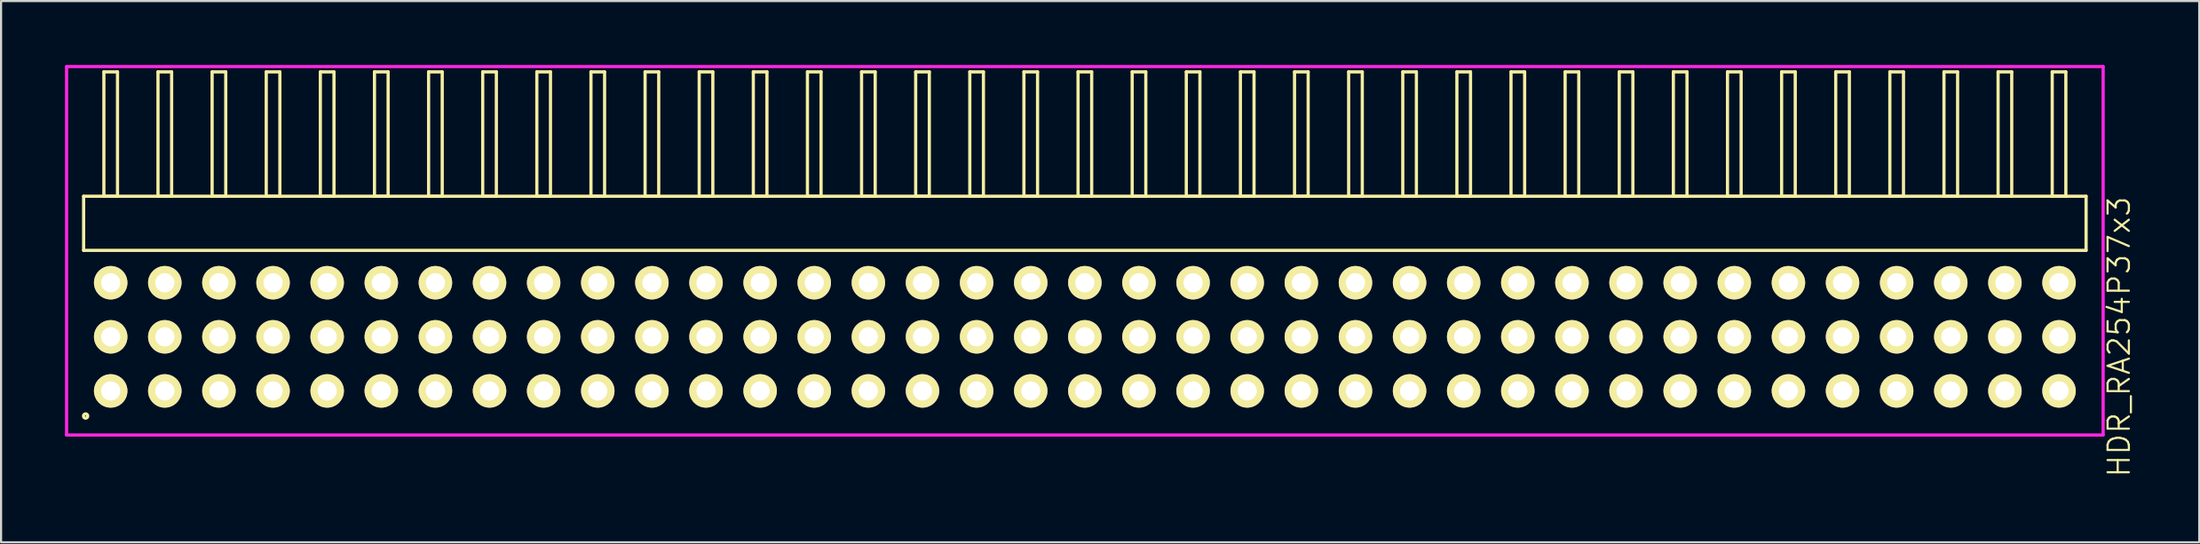
<source format=kicad_pcb>
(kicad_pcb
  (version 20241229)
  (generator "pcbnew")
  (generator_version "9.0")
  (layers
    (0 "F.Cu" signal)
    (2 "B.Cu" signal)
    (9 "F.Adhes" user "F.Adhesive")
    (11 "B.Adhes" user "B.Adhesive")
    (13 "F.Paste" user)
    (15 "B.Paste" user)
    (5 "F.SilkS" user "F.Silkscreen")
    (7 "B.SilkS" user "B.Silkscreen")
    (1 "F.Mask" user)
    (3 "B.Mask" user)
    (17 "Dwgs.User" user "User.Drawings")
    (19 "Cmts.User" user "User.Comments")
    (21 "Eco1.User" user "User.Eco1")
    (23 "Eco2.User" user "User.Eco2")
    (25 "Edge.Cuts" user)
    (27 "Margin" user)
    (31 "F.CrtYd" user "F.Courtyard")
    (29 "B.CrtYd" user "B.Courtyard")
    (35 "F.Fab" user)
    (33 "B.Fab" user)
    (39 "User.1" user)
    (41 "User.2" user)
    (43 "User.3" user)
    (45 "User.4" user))
  (footprint "HDR_RA254P37x3"
    (layer "F.Cu")
    (at 47.865 12.765)
    (property "Reference" "HDR_RA254P37x3" (at 48.54 0 90) (layer "F.SilkS") (effects (font (size 1 1) (thickness 0.1))))
    (attr through_hole)
    (fp_line (start -46.99 -6.6) (end -46.99 -4.06) (stroke (width 0.15) (type solid)) (layer "F.SilkS"))
    (fp_line (start -46.99 -4.06) (end 46.99 -4.06) (stroke (width 0.15) (type solid)) (layer "F.SilkS"))
    (fp_line (start -46.04 -12.44) (end -46.04 -6.6) (stroke (width 0.15) (type solid)) (layer "F.SilkS"))
    (fp_line (start -46.04 -6.6) (end -45.4 -6.6) (stroke (width 0.15) (type solid)) (layer "F.SilkS"))
    (fp_line (start -45.4 -12.44) (end -46.04 -12.44) (stroke (width 0.15) (type solid)) (layer "F.SilkS"))
    (fp_line (start -45.4 -6.6) (end -45.4 -12.44) (stroke (width 0.15) (type solid)) (layer "F.SilkS"))
    (fp_line (start -43.5 -12.44) (end -43.5 -6.6) (stroke (width 0.15) (type solid)) (layer "F.SilkS"))
    (fp_line (start -43.5 -6.6) (end -42.86 -6.6) (stroke (width 0.15) (type solid)) (layer "F.SilkS"))
    (fp_line (start -42.86 -12.44) (end -43.5 -12.44) (stroke (width 0.15) (type solid)) (layer "F.SilkS"))
    (fp_line (start -42.86 -6.6) (end -42.86 -12.44) (stroke (width 0.15) (type solid)) (layer "F.SilkS"))
    (fp_line (start -40.96 -12.44) (end -40.96 -6.6) (stroke (width 0.15) (type solid)) (layer "F.SilkS"))
    (fp_line (start -40.96 -6.6) (end -40.32 -6.6) (stroke (width 0.15) (type solid)) (layer "F.SilkS"))
    (fp_line (start -40.32 -12.44) (end -40.96 -12.44) (stroke (width 0.15) (type solid)) (layer "F.SilkS"))
    (fp_line (start -40.32 -6.6) (end -40.32 -12.44) (stroke (width 0.15) (type solid)) (layer "F.SilkS"))
    (fp_line (start -38.42 -12.44) (end -38.42 -6.6) (stroke (width 0.15) (type solid)) (layer "F.SilkS"))
    (fp_line (start -38.42 -6.6) (end -37.78 -6.6) (stroke (width 0.15) (type solid)) (layer "F.SilkS"))
    (fp_line (start -37.78 -12.44) (end -38.42 -12.44) (stroke (width 0.15) (type solid)) (layer "F.SilkS"))
    (fp_line (start -37.78 -6.6) (end -37.78 -12.44) (stroke (width 0.15) (type solid)) (layer "F.SilkS"))
    (fp_line (start -35.88 -12.44) (end -35.88 -6.6) (stroke (width 0.15) (type solid)) (layer "F.SilkS"))
    (fp_line (start -35.88 -6.6) (end -35.24 -6.6) (stroke (width 0.15) (type solid)) (layer "F.SilkS"))
    (fp_line (start -35.24 -12.44) (end -35.88 -12.44) (stroke (width 0.15) (type solid)) (layer "F.SilkS"))
    (fp_line (start -35.24 -6.6) (end -35.24 -12.44) (stroke (width 0.15) (type solid)) (layer "F.SilkS"))
    (fp_line (start -33.34 -12.44) (end -33.34 -6.6) (stroke (width 0.15) (type solid)) (layer "F.SilkS"))
    (fp_line (start -33.34 -6.6) (end -32.7 -6.6) (stroke (width 0.15) (type solid)) (layer "F.SilkS"))
    (fp_line (start -32.7 -12.44) (end -33.34 -12.44) (stroke (width 0.15) (type solid)) (layer "F.SilkS"))
    (fp_line (start -32.7 -6.6) (end -32.7 -12.44) (stroke (width 0.15) (type solid)) (layer "F.SilkS"))
    (fp_line (start -30.8 -12.44) (end -30.8 -6.6) (stroke (width 0.15) (type solid)) (layer "F.SilkS"))
    (fp_line (start -30.8 -6.6) (end -30.16 -6.6) (stroke (width 0.15) (type solid)) (layer "F.SilkS"))
    (fp_line (start -30.16 -12.44) (end -30.8 -12.44) (stroke (width 0.15) (type solid)) (layer "F.SilkS"))
    (fp_line (start -30.16 -6.6) (end -30.16 -12.44) (stroke (width 0.15) (type solid)) (layer "F.SilkS"))
    (fp_line (start -28.26 -12.44) (end -28.26 -6.6) (stroke (width 0.15) (type solid)) (layer "F.SilkS"))
    (fp_line (start -28.26 -6.6) (end -27.62 -6.6) (stroke (width 0.15) (type solid)) (layer "F.SilkS"))
    (fp_line (start -27.62 -12.44) (end -28.26 -12.44) (stroke (width 0.15) (type solid)) (layer "F.SilkS"))
    (fp_line (start -27.62 -6.6) (end -27.62 -12.44) (stroke (width 0.15) (type solid)) (layer "F.SilkS"))
    (fp_line (start -25.72 -12.44) (end -25.72 -6.6) (stroke (width 0.15) (type solid)) (layer "F.SilkS"))
    (fp_line (start -25.72 -6.6) (end -25.08 -6.6) (stroke (width 0.15) (type solid)) (layer "F.SilkS"))
    (fp_line (start -25.08 -12.44) (end -25.72 -12.44) (stroke (width 0.15) (type solid)) (layer "F.SilkS"))
    (fp_line (start -25.08 -6.6) (end -25.08 -12.44) (stroke (width 0.15) (type solid)) (layer "F.SilkS"))
    (fp_line (start -23.18 -12.44) (end -23.18 -6.6) (stroke (width 0.15) (type solid)) (layer "F.SilkS"))
    (fp_line (start -23.18 -6.6) (end -22.54 -6.6) (stroke (width 0.15) (type solid)) (layer "F.SilkS"))
    (fp_line (start -22.54 -12.44) (end -23.18 -12.44) (stroke (width 0.15) (type solid)) (layer "F.SilkS"))
    (fp_line (start -22.54 -6.6) (end -22.54 -12.44) (stroke (width 0.15) (type solid)) (layer "F.SilkS"))
    (fp_line (start -20.64 -12.44) (end -20.64 -6.6) (stroke (width 0.15) (type solid)) (layer "F.SilkS"))
    (fp_line (start -20.64 -6.6) (end -20 -6.6) (stroke (width 0.15) (type solid)) (layer "F.SilkS"))
    (fp_line (start -20 -12.44) (end -20.64 -12.44) (stroke (width 0.15) (type solid)) (layer "F.SilkS"))
    (fp_line (start -20 -6.6) (end -20 -12.44) (stroke (width 0.15) (type solid)) (layer "F.SilkS"))
    (fp_line (start -18.1 -12.44) (end -18.1 -6.6) (stroke (width 0.15) (type solid)) (layer "F.SilkS"))
    (fp_line (start -18.1 -6.6) (end -17.46 -6.6) (stroke (width 0.15) (type solid)) (layer "F.SilkS"))
    (fp_line (start -17.46 -12.44) (end -18.1 -12.44) (stroke (width 0.15) (type solid)) (layer "F.SilkS"))
    (fp_line (start -17.46 -6.6) (end -17.46 -12.44) (stroke (width 0.15) (type solid)) (layer "F.SilkS"))
    (fp_line (start -15.56 -12.44) (end -15.56 -6.6) (stroke (width 0.15) (type solid)) (layer "F.SilkS"))
    (fp_line (start -15.56 -6.6) (end -14.92 -6.6) (stroke (width 0.15) (type solid)) (layer "F.SilkS"))
    (fp_line (start -14.92 -12.44) (end -15.56 -12.44) (stroke (width 0.15) (type solid)) (layer "F.SilkS"))
    (fp_line (start -14.92 -6.6) (end -14.92 -12.44) (stroke (width 0.15) (type solid)) (layer "F.SilkS"))
    (fp_line (start -13.02 -12.44) (end -13.02 -6.6) (stroke (width 0.15) (type solid)) (layer "F.SilkS"))
    (fp_line (start -13.02 -6.6) (end -12.38 -6.6) (stroke (width 0.15) (type solid)) (layer "F.SilkS"))
    (fp_line (start -12.38 -12.44) (end -13.02 -12.44) (stroke (width 0.15) (type solid)) (layer "F.SilkS"))
    (fp_line (start -12.38 -6.6) (end -12.38 -12.44) (stroke (width 0.15) (type solid)) (layer "F.SilkS"))
    (fp_line (start -10.48 -12.44) (end -10.48 -6.6) (stroke (width 0.15) (type solid)) (layer "F.SilkS"))
    (fp_line (start -10.48 -6.6) (end -9.84 -6.6) (stroke (width 0.15) (type solid)) (layer "F.SilkS"))
    (fp_line (start -9.84 -12.44) (end -10.48 -12.44) (stroke (width 0.15) (type solid)) (layer "F.SilkS"))
    (fp_line (start -9.84 -6.6) (end -9.84 -12.44) (stroke (width 0.15) (type solid)) (layer "F.SilkS"))
    (fp_line (start -7.94 -12.44) (end -7.94 -6.6) (stroke (width 0.15) (type solid)) (layer "F.SilkS"))
    (fp_line (start -7.94 -6.6) (end -7.3 -6.6) (stroke (width 0.15) (type solid)) (layer "F.SilkS"))
    (fp_line (start -7.3 -12.44) (end -7.94 -12.44) (stroke (width 0.15) (type solid)) (layer "F.SilkS"))
    (fp_line (start -7.3 -6.6) (end -7.3 -12.44) (stroke (width 0.15) (type solid)) (layer "F.SilkS"))
    (fp_line (start -5.4 -12.44) (end -5.4 -6.6) (stroke (width 0.15) (type solid)) (layer "F.SilkS"))
    (fp_line (start -5.4 -6.6) (end -4.76 -6.6) (stroke (width 0.15) (type solid)) (layer "F.SilkS"))
    (fp_line (start -4.76 -12.44) (end -5.4 -12.44) (stroke (width 0.15) (type solid)) (layer "F.SilkS"))
    (fp_line (start -4.76 -6.6) (end -4.76 -12.44) (stroke (width 0.15) (type solid)) (layer "F.SilkS"))
    (fp_line (start -2.86 -12.44) (end -2.86 -6.6) (stroke (width 0.15) (type solid)) (layer "F.SilkS"))
    (fp_line (start -2.86 -6.6) (end -2.22 -6.6) (stroke (width 0.15) (type solid)) (layer "F.SilkS"))
    (fp_line (start -2.22 -12.44) (end -2.86 -12.44) (stroke (width 0.15) (type solid)) (layer "F.SilkS"))
    (fp_line (start -2.22 -6.6) (end -2.22 -12.44) (stroke (width 0.15) (type solid)) (layer "F.SilkS"))
    (fp_line (start -0.32 -12.44) (end -0.32 -6.6) (stroke (width 0.15) (type solid)) (layer "F.SilkS"))
    (fp_line (start -0.32 -6.6) (end 0.32 -6.6) (stroke (width 0.15) (type solid)) (layer "F.SilkS"))
    (fp_line (start 0.32 -12.44) (end -0.32 -12.44) (stroke (width 0.15) (type solid)) (layer "F.SilkS"))
    (fp_line (start 0.32 -6.6) (end 0.32 -12.44) (stroke (width 0.15) (type solid)) (layer "F.SilkS"))
    (fp_line (start 2.22 -12.44) (end 2.22 -6.6) (stroke (width 0.15) (type solid)) (layer "F.SilkS"))
    (fp_line (start 2.22 -6.6) (end 2.86 -6.6) (stroke (width 0.15) (type solid)) (layer "F.SilkS"))
    (fp_line (start 2.86 -12.44) (end 2.22 -12.44) (stroke (width 0.15) (type solid)) (layer "F.SilkS"))
    (fp_line (start 2.86 -6.6) (end 2.86 -12.44) (stroke (width 0.15) (type solid)) (layer "F.SilkS"))
    (fp_line (start 4.76 -12.44) (end 4.76 -6.6) (stroke (width 0.15) (type solid)) (layer "F.SilkS"))
    (fp_line (start 4.76 -6.6) (end 5.4 -6.6) (stroke (width 0.15) (type solid)) (layer "F.SilkS"))
    (fp_line (start 5.4 -12.44) (end 4.76 -12.44) (stroke (width 0.15) (type solid)) (layer "F.SilkS"))
    (fp_line (start 5.4 -6.6) (end 5.4 -12.44) (stroke (width 0.15) (type solid)) (layer "F.SilkS"))
    (fp_line (start 7.3 -12.44) (end 7.3 -6.6) (stroke (width 0.15) (type solid)) (layer "F.SilkS"))
    (fp_line (start 7.3 -6.6) (end 7.94 -6.6) (stroke (width 0.15) (type solid)) (layer "F.SilkS"))
    (fp_line (start 7.94 -12.44) (end 7.3 -12.44) (stroke (width 0.15) (type solid)) (layer "F.SilkS"))
    (fp_line (start 7.94 -6.6) (end 7.94 -12.44) (stroke (width 0.15) (type solid)) (layer "F.SilkS"))
    (fp_line (start 9.84 -12.44) (end 9.84 -6.6) (stroke (width 0.15) (type solid)) (layer "F.SilkS"))
    (fp_line (start 9.84 -6.6) (end 10.48 -6.6) (stroke (width 0.15) (type solid)) (layer "F.SilkS"))
    (fp_line (start 10.48 -12.44) (end 9.84 -12.44) (stroke (width 0.15) (type solid)) (layer "F.SilkS"))
    (fp_line (start 10.48 -6.6) (end 10.48 -12.44) (stroke (width 0.15) (type solid)) (layer "F.SilkS"))
    (fp_line (start 12.38 -12.44) (end 12.38 -6.6) (stroke (width 0.15) (type solid)) (layer "F.SilkS"))
    (fp_line (start 12.38 -6.6) (end 13.02 -6.6) (stroke (width 0.15) (type solid)) (layer "F.SilkS"))
    (fp_line (start 13.02 -12.44) (end 12.38 -12.44) (stroke (width 0.15) (type solid)) (layer "F.SilkS"))
    (fp_line (start 13.02 -6.6) (end 13.02 -12.44) (stroke (width 0.15) (type solid)) (layer "F.SilkS"))
    (fp_line (start 14.92 -12.44) (end 14.92 -6.6) (stroke (width 0.15) (type solid)) (layer "F.SilkS"))
    (fp_line (start 14.92 -6.6) (end 15.56 -6.6) (stroke (width 0.15) (type solid)) (layer "F.SilkS"))
    (fp_line (start 15.56 -12.44) (end 14.92 -12.44) (stroke (width 0.15) (type solid)) (layer "F.SilkS"))
    (fp_line (start 15.56 -6.6) (end 15.56 -12.44) (stroke (width 0.15) (type solid)) (layer "F.SilkS"))
    (fp_line (start 17.46 -12.44) (end 17.46 -6.6) (stroke (width 0.15) (type solid)) (layer "F.SilkS"))
    (fp_line (start 17.46 -6.6) (end 18.1 -6.6) (stroke (width 0.15) (type solid)) (layer "F.SilkS"))
    (fp_line (start 18.1 -12.44) (end 17.46 -12.44) (stroke (width 0.15) (type solid)) (layer "F.SilkS"))
    (fp_line (start 18.1 -6.6) (end 18.1 -12.44) (stroke (width 0.15) (type solid)) (layer "F.SilkS"))
    (fp_line (start 20 -12.44) (end 20 -6.6) (stroke (width 0.15) (type solid)) (layer "F.SilkS"))
    (fp_line (start 20 -6.6) (end 20.64 -6.6) (stroke (width 0.15) (type solid)) (layer "F.SilkS"))
    (fp_line (start 20.64 -12.44) (end 20 -12.44) (stroke (width 0.15) (type solid)) (layer "F.SilkS"))
    (fp_line (start 20.64 -6.6) (end 20.64 -12.44) (stroke (width 0.15) (type solid)) (layer "F.SilkS"))
    (fp_line (start 22.54 -12.44) (end 22.54 -6.6) (stroke (width 0.15) (type solid)) (layer "F.SilkS"))
    (fp_line (start 22.54 -6.6) (end 23.18 -6.6) (stroke (width 0.15) (type solid)) (layer "F.SilkS"))
    (fp_line (start 23.18 -12.44) (end 22.54 -12.44) (stroke (width 0.15) (type solid)) (layer "F.SilkS"))
    (fp_line (start 23.18 -6.6) (end 23.18 -12.44) (stroke (width 0.15) (type solid)) (layer "F.SilkS"))
    (fp_line (start 25.08 -12.44) (end 25.08 -6.6) (stroke (width 0.15) (type solid)) (layer "F.SilkS"))
    (fp_line (start 25.08 -6.6) (end 25.72 -6.6) (stroke (width 0.15) (type solid)) (layer "F.SilkS"))
    (fp_line (start 25.72 -12.44) (end 25.08 -12.44) (stroke (width 0.15) (type solid)) (layer "F.SilkS"))
    (fp_line (start 25.72 -6.6) (end 25.72 -12.44) (stroke (width 0.15) (type solid)) (layer "F.SilkS"))
    (fp_line (start 27.62 -12.44) (end 27.62 -6.6) (stroke (width 0.15) (type solid)) (layer "F.SilkS"))
    (fp_line (start 27.62 -6.6) (end 28.26 -6.6) (stroke (width 0.15) (type solid)) (layer "F.SilkS"))
    (fp_line (start 28.26 -12.44) (end 27.62 -12.44) (stroke (width 0.15) (type solid)) (layer "F.SilkS"))
    (fp_line (start 28.26 -6.6) (end 28.26 -12.44) (stroke (width 0.15) (type solid)) (layer "F.SilkS"))
    (fp_line (start 30.16 -12.44) (end 30.16 -6.6) (stroke (width 0.15) (type solid)) (layer "F.SilkS"))
    (fp_line (start 30.16 -6.6) (end 30.8 -6.6) (stroke (width 0.15) (type solid)) (layer "F.SilkS"))
    (fp_line (start 30.8 -12.44) (end 30.16 -12.44) (stroke (width 0.15) (type solid)) (layer "F.SilkS"))
    (fp_line (start 30.8 -6.6) (end 30.8 -12.44) (stroke (width 0.15) (type solid)) (layer "F.SilkS"))
    (fp_line (start 32.7 -12.44) (end 32.7 -6.6) (stroke (width 0.15) (type solid)) (layer "F.SilkS"))
    (fp_line (start 32.7 -6.6) (end 33.34 -6.6) (stroke (width 0.15) (type solid)) (layer "F.SilkS"))
    (fp_line (start 33.34 -12.44) (end 32.7 -12.44) (stroke (width 0.15) (type solid)) (layer "F.SilkS"))
    (fp_line (start 33.34 -6.6) (end 33.34 -12.44) (stroke (width 0.15) (type solid)) (layer "F.SilkS"))
    (fp_line (start 35.24 -12.44) (end 35.24 -6.6) (stroke (width 0.15) (type solid)) (layer "F.SilkS"))
    (fp_line (start 35.24 -6.6) (end 35.88 -6.6) (stroke (width 0.15) (type solid)) (layer "F.SilkS"))
    (fp_line (start 35.88 -12.44) (end 35.24 -12.44) (stroke (width 0.15) (type solid)) (layer "F.SilkS"))
    (fp_line (start 35.88 -6.6) (end 35.88 -12.44) (stroke (width 0.15) (type solid)) (layer "F.SilkS"))
    (fp_line (start 37.78 -12.44) (end 37.78 -6.6) (stroke (width 0.15) (type solid)) (layer "F.SilkS"))
    (fp_line (start 37.78 -6.6) (end 38.42 -6.6) (stroke (width 0.15) (type solid)) (layer "F.SilkS"))
    (fp_line (start 38.42 -12.44) (end 37.78 -12.44) (stroke (width 0.15) (type solid)) (layer "F.SilkS"))
    (fp_line (start 38.42 -6.6) (end 38.42 -12.44) (stroke (width 0.15) (type solid)) (layer "F.SilkS"))
    (fp_line (start 40.32 -12.44) (end 40.32 -6.6) (stroke (width 0.15) (type solid)) (layer "F.SilkS"))
    (fp_line (start 40.32 -6.6) (end 40.96 -6.6) (stroke (width 0.15) (type solid)) (layer "F.SilkS"))
    (fp_line (start 40.96 -12.44) (end 40.32 -12.44) (stroke (width 0.15) (type solid)) (layer "F.SilkS"))
    (fp_line (start 40.96 -6.6) (end 40.96 -12.44) (stroke (width 0.15) (type solid)) (layer "F.SilkS"))
    (fp_line (start 42.86 -12.44) (end 42.86 -6.6) (stroke (width 0.15) (type solid)) (layer "F.SilkS"))
    (fp_line (start 42.86 -6.6) (end 43.5 -6.6) (stroke (width 0.15) (type solid)) (layer "F.SilkS"))
    (fp_line (start 43.5 -12.44) (end 42.86 -12.44) (stroke (width 0.15) (type solid)) (layer "F.SilkS"))
    (fp_line (start 43.5 -6.6) (end 43.5 -12.44) (stroke (width 0.15) (type solid)) (layer "F.SilkS"))
    (fp_line (start 45.4 -12.44) (end 45.4 -6.6) (stroke (width 0.15) (type solid)) (layer "F.SilkS"))
    (fp_line (start 45.4 -6.6) (end 46.04 -6.6) (stroke (width 0.15) (type solid)) (layer "F.SilkS"))
    (fp_line (start 46.04 -12.44) (end 45.4 -12.44) (stroke (width 0.15) (type solid)) (layer "F.SilkS"))
    (fp_line (start 46.04 -6.6) (end 46.04 -12.44) (stroke (width 0.15) (type solid)) (layer "F.SilkS"))
    (fp_line (start 46.99 -6.6) (end -46.99 -6.6) (stroke (width 0.15) (type solid)) (layer "F.SilkS"))
    (fp_line (start 46.99 -4.06) (end 46.99 -6.6) (stroke (width 0.15) (type solid)) (layer "F.SilkS"))
    (fp_circle (center -46.897 3.718) (end -46.797 3.718) (stroke (width 0.15) (type solid)) (fill no) (layer "F.SilkS"))
    (fp_line (start -47.79 -12.69) (end -47.79 4.61) (stroke (width 0.15) (type solid)) (layer "F.CrtYd"))
    (fp_line (start -47.79 4.61) (end 47.79 4.61) (stroke (width 0.15) (type solid)) (layer "F.CrtYd"))
    (fp_line (start 47.79 -12.69) (end -47.79 -12.69) (stroke (width 0.15) (type solid)) (layer "F.CrtYd"))
    (fp_line (start 47.79 4.61) (end 47.79 -12.69) (stroke (width 0.15) (type solid)) (layer "F.CrtYd"))
    (pad "1" thru_hole oval (at -45.72 2.54) (size 1.57 1.57) (drill 0.9) (layers "*.Cu" "*.Mask" "F.SilkS"))
    (pad "2" thru_hole oval (at -45.72 0) (size 1.57 1.57) (drill 0.9) (layers "*.Cu" "*.Mask" "F.SilkS"))
    (pad "3" thru_hole oval (at -45.72 -2.54) (size 1.57 1.57) (drill 0.9) (layers "*.Cu" "*.Mask" "F.SilkS"))
    (pad "4" thru_hole oval (at -43.18 2.54) (size 1.57 1.57) (drill 0.9) (layers "*.Cu" "*.Mask" "F.SilkS"))
    (pad "5" thru_hole oval (at -43.18 0) (size 1.57 1.57) (drill 0.9) (layers "*.Cu" "*.Mask" "F.SilkS"))
    (pad "6" thru_hole oval (at -43.18 -2.54) (size 1.57 1.57) (drill 0.9) (layers "*.Cu" "*.Mask" "F.SilkS"))
    (pad "7" thru_hole oval (at -40.64 2.54) (size 1.57 1.57) (drill 0.9) (layers "*.Cu" "*.Mask" "F.SilkS"))
    (pad "8" thru_hole oval (at -40.64 0) (size 1.57 1.57) (drill 0.9) (layers "*.Cu" "*.Mask" "F.SilkS"))
    (pad "9" thru_hole oval (at -40.64 -2.54) (size 1.57 1.57) (drill 0.9) (layers "*.Cu" "*.Mask" "F.SilkS"))
    (pad "10" thru_hole oval (at -38.1 2.54) (size 1.57 1.57) (drill 0.9) (layers "*.Cu" "*.Mask" "F.SilkS"))
    (pad "11" thru_hole oval (at -38.1 0) (size 1.57 1.57) (drill 0.9) (layers "*.Cu" "*.Mask" "F.SilkS"))
    (pad "12" thru_hole oval (at -38.1 -2.54) (size 1.57 1.57) (drill 0.9) (layers "*.Cu" "*.Mask" "F.SilkS"))
    (pad "13" thru_hole oval (at -35.56 2.54) (size 1.57 1.57) (drill 0.9) (layers "*.Cu" "*.Mask" "F.SilkS"))
    (pad "14" thru_hole oval (at -35.56 0) (size 1.57 1.57) (drill 0.9) (layers "*.Cu" "*.Mask" "F.SilkS"))
    (pad "15" thru_hole oval (at -35.56 -2.54) (size 1.57 1.57) (drill 0.9) (layers "*.Cu" "*.Mask" "F.SilkS"))
    (pad "16" thru_hole oval (at -33.02 2.54) (size 1.57 1.57) (drill 0.9) (layers "*.Cu" "*.Mask" "F.SilkS"))
    (pad "17" thru_hole oval (at -33.02 0) (size 1.57 1.57) (drill 0.9) (layers "*.Cu" "*.Mask" "F.SilkS"))
    (pad "18" thru_hole oval (at -33.02 -2.54) (size 1.57 1.57) (drill 0.9) (layers "*.Cu" "*.Mask" "F.SilkS"))
    (pad "19" thru_hole oval (at -30.48 2.54) (size 1.57 1.57) (drill 0.9) (layers "*.Cu" "*.Mask" "F.SilkS"))
    (pad "20" thru_hole oval (at -30.48 0) (size 1.57 1.57) (drill 0.9) (layers "*.Cu" "*.Mask" "F.SilkS"))
    (pad "21" thru_hole oval (at -30.48 -2.54) (size 1.57 1.57) (drill 0.9) (layers "*.Cu" "*.Mask" "F.SilkS"))
    (pad "22" thru_hole oval (at -27.94 2.54) (size 1.57 1.57) (drill 0.9) (layers "*.Cu" "*.Mask" "F.SilkS"))
    (pad "23" thru_hole oval (at -27.94 0) (size 1.57 1.57) (drill 0.9) (layers "*.Cu" "*.Mask" "F.SilkS"))
    (pad "24" thru_hole oval (at -27.94 -2.54) (size 1.57 1.57) (drill 0.9) (layers "*.Cu" "*.Mask" "F.SilkS"))
    (pad "25" thru_hole oval (at -25.4 2.54) (size 1.57 1.57) (drill 0.9) (layers "*.Cu" "*.Mask" "F.SilkS"))
    (pad "26" thru_hole oval (at -25.4 0) (size 1.57 1.57) (drill 0.9) (layers "*.Cu" "*.Mask" "F.SilkS"))
    (pad "27" thru_hole oval (at -25.4 -2.54) (size 1.57 1.57) (drill 0.9) (layers "*.Cu" "*.Mask" "F.SilkS"))
    (pad "28" thru_hole oval (at -22.86 2.54) (size 1.57 1.57) (drill 0.9) (layers "*.Cu" "*.Mask" "F.SilkS"))
    (pad "29" thru_hole oval (at -22.86 0) (size 1.57 1.57) (drill 0.9) (layers "*.Cu" "*.Mask" "F.SilkS"))
    (pad "30" thru_hole oval (at -22.86 -2.54) (size 1.57 1.57) (drill 0.9) (layers "*.Cu" "*.Mask" "F.SilkS"))
    (pad "31" thru_hole oval (at -20.32 2.54) (size 1.57 1.57) (drill 0.9) (layers "*.Cu" "*.Mask" "F.SilkS"))
    (pad "32" thru_hole oval (at -20.32 0) (size 1.57 1.57) (drill 0.9) (layers "*.Cu" "*.Mask" "F.SilkS"))
    (pad "33" thru_hole oval (at -20.32 -2.54) (size 1.57 1.57) (drill 0.9) (layers "*.Cu" "*.Mask" "F.SilkS"))
    (pad "34" thru_hole oval (at -17.78 2.54) (size 1.57 1.57) (drill 0.9) (layers "*.Cu" "*.Mask" "F.SilkS"))
    (pad "35" thru_hole oval (at -17.78 0) (size 1.57 1.57) (drill 0.9) (layers "*.Cu" "*.Mask" "F.SilkS"))
    (pad "36" thru_hole oval (at -17.78 -2.54) (size 1.57 1.57) (drill 0.9) (layers "*.Cu" "*.Mask" "F.SilkS"))
    (pad "37" thru_hole oval (at -15.24 2.54) (size 1.57 1.57) (drill 0.9) (layers "*.Cu" "*.Mask" "F.SilkS"))
    (pad "38" thru_hole oval (at -15.24 0) (size 1.57 1.57) (drill 0.9) (layers "*.Cu" "*.Mask" "F.SilkS"))
    (pad "39" thru_hole oval (at -15.24 -2.54) (size 1.57 1.57) (drill 0.9) (layers "*.Cu" "*.Mask" "F.SilkS"))
    (pad "40" thru_hole oval (at -12.7 2.54) (size 1.57 1.57) (drill 0.9) (layers "*.Cu" "*.Mask" "F.SilkS"))
    (pad "41" thru_hole oval (at -12.7 0) (size 1.57 1.57) (drill 0.9) (layers "*.Cu" "*.Mask" "F.SilkS"))
    (pad "42" thru_hole oval (at -12.7 -2.54) (size 1.57 1.57) (drill 0.9) (layers "*.Cu" "*.Mask" "F.SilkS"))
    (pad "43" thru_hole oval (at -10.16 2.54) (size 1.57 1.57) (drill 0.9) (layers "*.Cu" "*.Mask" "F.SilkS"))
    (pad "44" thru_hole oval (at -10.16 0) (size 1.57 1.57) (drill 0.9) (layers "*.Cu" "*.Mask" "F.SilkS"))
    (pad "45" thru_hole oval (at -10.16 -2.54) (size 1.57 1.57) (drill 0.9) (layers "*.Cu" "*.Mask" "F.SilkS"))
    (pad "46" thru_hole oval (at -7.62 2.54) (size 1.57 1.57) (drill 0.9) (layers "*.Cu" "*.Mask" "F.SilkS"))
    (pad "47" thru_hole oval (at -7.62 0) (size 1.57 1.57) (drill 0.9) (layers "*.Cu" "*.Mask" "F.SilkS"))
    (pad "48" thru_hole oval (at -7.62 -2.54) (size 1.57 1.57) (drill 0.9) (layers "*.Cu" "*.Mask" "F.SilkS"))
    (pad "49" thru_hole oval (at -5.08 2.54) (size 1.57 1.57) (drill 0.9) (layers "*.Cu" "*.Mask" "F.SilkS"))
    (pad "50" thru_hole oval (at -5.08 0) (size 1.57 1.57) (drill 0.9) (layers "*.Cu" "*.Mask" "F.SilkS"))
    (pad "51" thru_hole oval (at -5.08 -2.54) (size 1.57 1.57) (drill 0.9) (layers "*.Cu" "*.Mask" "F.SilkS"))
    (pad "52" thru_hole oval (at -2.54 2.54) (size 1.57 1.57) (drill 0.9) (layers "*.Cu" "*.Mask" "F.SilkS"))
    (pad "53" thru_hole oval (at -2.54 0) (size 1.57 1.57) (drill 0.9) (layers "*.Cu" "*.Mask" "F.SilkS"))
    (pad "54" thru_hole oval (at -2.54 -2.54) (size 1.57 1.57) (drill 0.9) (layers "*.Cu" "*.Mask" "F.SilkS"))
    (pad "55" thru_hole oval (at 0 2.54) (size 1.57 1.57) (drill 0.9) (layers "*.Cu" "*.Mask" "F.SilkS"))
    (pad "56" thru_hole oval (at 0 0) (size 1.57 1.57) (drill 0.9) (layers "*.Cu" "*.Mask" "F.SilkS"))
    (pad "57" thru_hole oval (at 0 -2.54) (size 1.57 1.57) (drill 0.9) (layers "*.Cu" "*.Mask" "F.SilkS"))
    (pad "58" thru_hole oval (at 2.54 2.54) (size 1.57 1.57) (drill 0.9) (layers "*.Cu" "*.Mask" "F.SilkS"))
    (pad "59" thru_hole oval (at 2.54 0) (size 1.57 1.57) (drill 0.9) (layers "*.Cu" "*.Mask" "F.SilkS"))
    (pad "60" thru_hole oval (at 2.54 -2.54) (size 1.57 1.57) (drill 0.9) (layers "*.Cu" "*.Mask" "F.SilkS"))
    (pad "61" thru_hole oval (at 5.08 2.54) (size 1.57 1.57) (drill 0.9) (layers "*.Cu" "*.Mask" "F.SilkS"))
    (pad "62" thru_hole oval (at 5.08 0) (size 1.57 1.57) (drill 0.9) (layers "*.Cu" "*.Mask" "F.SilkS"))
    (pad "63" thru_hole oval (at 5.08 -2.54) (size 1.57 1.57) (drill 0.9) (layers "*.Cu" "*.Mask" "F.SilkS"))
    (pad "64" thru_hole oval (at 7.62 2.54) (size 1.57 1.57) (drill 0.9) (layers "*.Cu" "*.Mask" "F.SilkS"))
    (pad "65" thru_hole oval (at 7.62 0) (size 1.57 1.57) (drill 0.9) (layers "*.Cu" "*.Mask" "F.SilkS"))
    (pad "66" thru_hole oval (at 7.62 -2.54) (size 1.57 1.57) (drill 0.9) (layers "*.Cu" "*.Mask" "F.SilkS"))
    (pad "67" thru_hole oval (at 10.16 2.54) (size 1.57 1.57) (drill 0.9) (layers "*.Cu" "*.Mask" "F.SilkS"))
    (pad "68" thru_hole oval (at 10.16 0) (size 1.57 1.57) (drill 0.9) (layers "*.Cu" "*.Mask" "F.SilkS"))
    (pad "69" thru_hole oval (at 10.16 -2.54) (size 1.57 1.57) (drill 0.9) (layers "*.Cu" "*.Mask" "F.SilkS"))
    (pad "70" thru_hole oval (at 12.7 2.54) (size 1.57 1.57) (drill 0.9) (layers "*.Cu" "*.Mask" "F.SilkS"))
    (pad "71" thru_hole oval (at 12.7 0) (size 1.57 1.57) (drill 0.9) (layers "*.Cu" "*.Mask" "F.SilkS"))
    (pad "72" thru_hole oval (at 12.7 -2.54) (size 1.57 1.57) (drill 0.9) (layers "*.Cu" "*.Mask" "F.SilkS"))
    (pad "73" thru_hole oval (at 15.24 2.54) (size 1.57 1.57) (drill 0.9) (layers "*.Cu" "*.Mask" "F.SilkS"))
    (pad "74" thru_hole oval (at 15.24 0) (size 1.57 1.57) (drill 0.9) (layers "*.Cu" "*.Mask" "F.SilkS"))
    (pad "75" thru_hole oval (at 15.24 -2.54) (size 1.57 1.57) (drill 0.9) (layers "*.Cu" "*.Mask" "F.SilkS"))
    (pad "76" thru_hole oval (at 17.78 2.54) (size 1.57 1.57) (drill 0.9) (layers "*.Cu" "*.Mask" "F.SilkS"))
    (pad "77" thru_hole oval (at 17.78 0) (size 1.57 1.57) (drill 0.9) (layers "*.Cu" "*.Mask" "F.SilkS"))
    (pad "78" thru_hole oval (at 17.78 -2.54) (size 1.57 1.57) (drill 0.9) (layers "*.Cu" "*.Mask" "F.SilkS"))
    (pad "79" thru_hole oval (at 20.32 2.54) (size 1.57 1.57) (drill 0.9) (layers "*.Cu" "*.Mask" "F.SilkS"))
    (pad "80" thru_hole oval (at 20.32 0) (size 1.57 1.57) (drill 0.9) (layers "*.Cu" "*.Mask" "F.SilkS"))
    (pad "81" thru_hole oval (at 20.32 -2.54) (size 1.57 1.57) (drill 0.9) (layers "*.Cu" "*.Mask" "F.SilkS"))
    (pad "82" thru_hole oval (at 22.86 2.54) (size 1.57 1.57) (drill 0.9) (layers "*.Cu" "*.Mask" "F.SilkS"))
    (pad "83" thru_hole oval (at 22.86 0) (size 1.57 1.57) (drill 0.9) (layers "*.Cu" "*.Mask" "F.SilkS"))
    (pad "84" thru_hole oval (at 22.86 -2.54) (size 1.57 1.57) (drill 0.9) (layers "*.Cu" "*.Mask" "F.SilkS"))
    (pad "85" thru_hole oval (at 25.4 2.54) (size 1.57 1.57) (drill 0.9) (layers "*.Cu" "*.Mask" "F.SilkS"))
    (pad "86" thru_hole oval (at 25.4 0) (size 1.57 1.57) (drill 0.9) (layers "*.Cu" "*.Mask" "F.SilkS"))
    (pad "87" thru_hole oval (at 25.4 -2.54) (size 1.57 1.57) (drill 0.9) (layers "*.Cu" "*.Mask" "F.SilkS"))
    (pad "88" thru_hole oval (at 27.94 2.54) (size 1.57 1.57) (drill 0.9) (layers "*.Cu" "*.Mask" "F.SilkS"))
    (pad "89" thru_hole oval (at 27.94 0) (size 1.57 1.57) (drill 0.9) (layers "*.Cu" "*.Mask" "F.SilkS"))
    (pad "90" thru_hole oval (at 27.94 -2.54) (size 1.57 1.57) (drill 0.9) (layers "*.Cu" "*.Mask" "F.SilkS"))
    (pad "91" thru_hole oval (at 30.48 2.54) (size 1.57 1.57) (drill 0.9) (layers "*.Cu" "*.Mask" "F.SilkS"))
    (pad "92" thru_hole oval (at 30.48 0) (size 1.57 1.57) (drill 0.9) (layers "*.Cu" "*.Mask" "F.SilkS"))
    (pad "93" thru_hole oval (at 30.48 -2.54) (size 1.57 1.57) (drill 0.9) (layers "*.Cu" "*.Mask" "F.SilkS"))
    (pad "94" thru_hole oval (at 33.02 2.54) (size 1.57 1.57) (drill 0.9) (layers "*.Cu" "*.Mask" "F.SilkS"))
    (pad "95" thru_hole oval (at 33.02 0) (size 1.57 1.57) (drill 0.9) (layers "*.Cu" "*.Mask" "F.SilkS"))
    (pad "96" thru_hole oval (at 33.02 -2.54) (size 1.57 1.57) (drill 0.9) (layers "*.Cu" "*.Mask" "F.SilkS"))
    (pad "97" thru_hole oval (at 35.56 2.54) (size 1.57 1.57) (drill 0.9) (layers "*.Cu" "*.Mask" "F.SilkS"))
    (pad "98" thru_hole oval (at 35.56 0) (size 1.57 1.57) (drill 0.9) (layers "*.Cu" "*.Mask" "F.SilkS"))
    (pad "99" thru_hole oval (at 35.56 -2.54) (size 1.57 1.57) (drill 0.9) (layers "*.Cu" "*.Mask" "F.SilkS"))
    (pad "100" thru_hole oval (at 38.1 2.54) (size 1.57 1.57) (drill 0.9) (layers "*.Cu" "*.Mask" "F.SilkS"))
    (pad "101" thru_hole oval (at 38.1 0) (size 1.57 1.57) (drill 0.9) (layers "*.Cu" "*.Mask" "F.SilkS"))
    (pad "102" thru_hole oval (at 38.1 -2.54) (size 1.57 1.57) (drill 0.9) (layers "*.Cu" "*.Mask" "F.SilkS"))
    (pad "103" thru_hole oval (at 40.64 2.54) (size 1.57 1.57) (drill 0.9) (layers "*.Cu" "*.Mask" "F.SilkS"))
    (pad "104" thru_hole oval (at 40.64 0) (size 1.57 1.57) (drill 0.9) (layers "*.Cu" "*.Mask" "F.SilkS"))
    (pad "105" thru_hole oval (at 40.64 -2.54) (size 1.57 1.57) (drill 0.9) (layers "*.Cu" "*.Mask" "F.SilkS"))
    (pad "106" thru_hole oval (at 43.18 2.54) (size 1.57 1.57) (drill 0.9) (layers "*.Cu" "*.Mask" "F.SilkS"))
    (pad "107" thru_hole oval (at 43.18 0) (size 1.57 1.57) (drill 0.9) (layers "*.Cu" "*.Mask" "F.SilkS"))
    (pad "108" thru_hole oval (at 43.18 -2.54) (size 1.57 1.57) (drill 0.9) (layers "*.Cu" "*.Mask" "F.SilkS"))
    (pad "109" thru_hole oval (at 45.72 2.54) (size 1.57 1.57) (drill 0.9) (layers "*.Cu" "*.Mask" "F.SilkS"))
    (pad "110" thru_hole oval (at 45.72 0) (size 1.57 1.57) (drill 0.9) (layers "*.Cu" "*.Mask" "F.SilkS"))
    (pad "111" thru_hole oval (at 45.72 -2.54) (size 1.57 1.57) (drill 0.9) (layers "*.Cu" "*.Mask" "F.SilkS")))
  (gr_rect
    (start -3 -3)
    (end 100.165 22.41)
    (stroke (width 0.1) (type default))
    (fill no)
    (layer "Edge.Cuts")))
</source>
